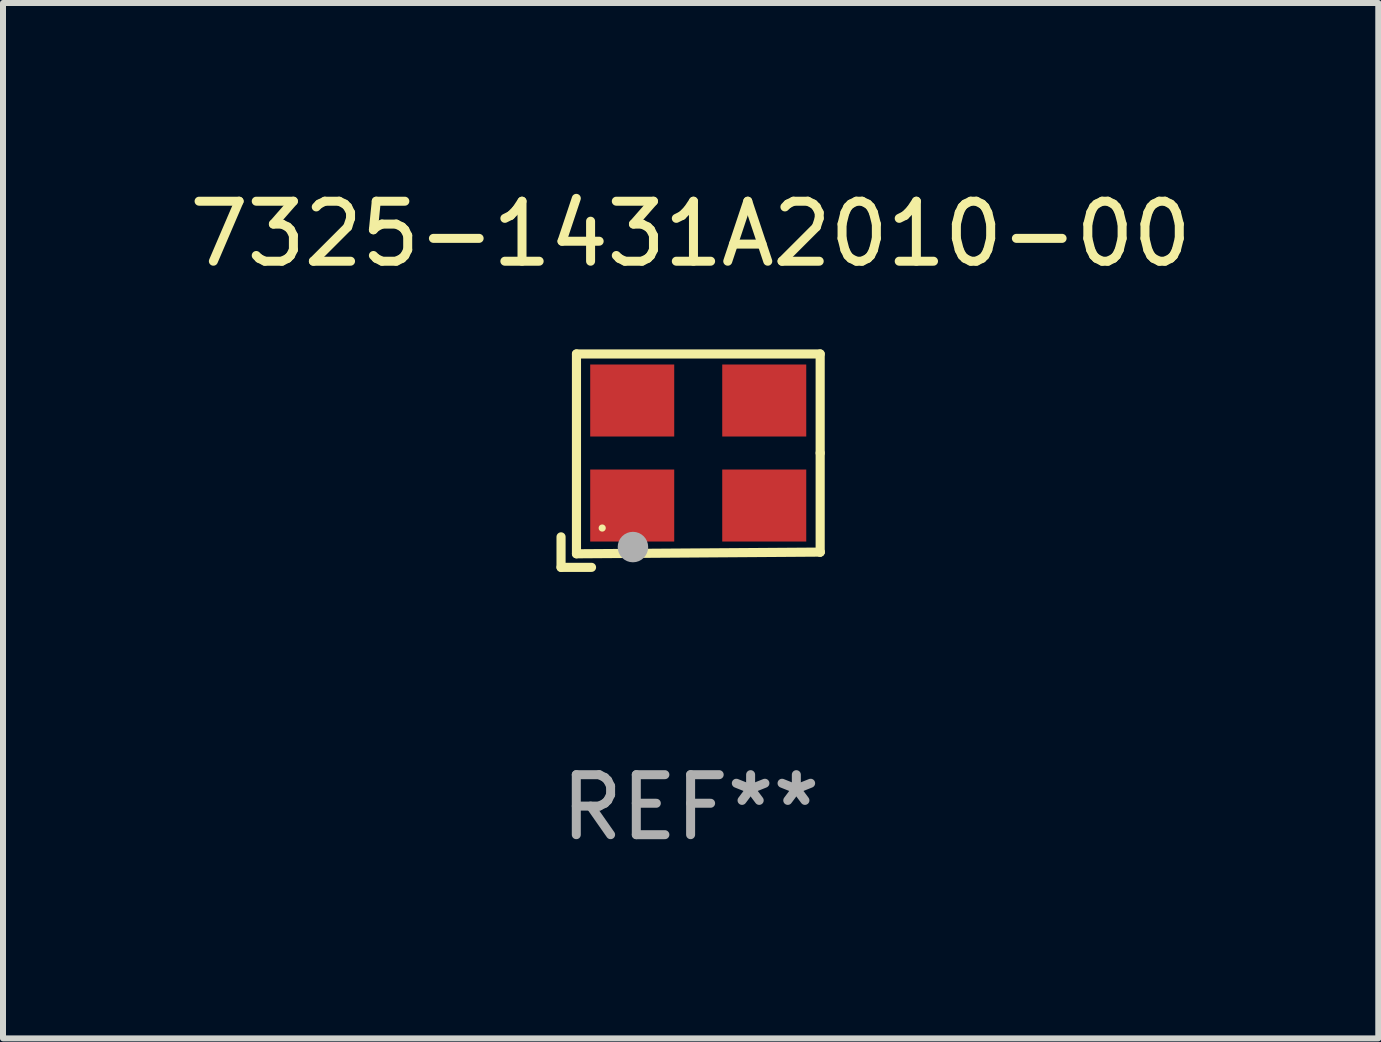
<source format=kicad_pcb>
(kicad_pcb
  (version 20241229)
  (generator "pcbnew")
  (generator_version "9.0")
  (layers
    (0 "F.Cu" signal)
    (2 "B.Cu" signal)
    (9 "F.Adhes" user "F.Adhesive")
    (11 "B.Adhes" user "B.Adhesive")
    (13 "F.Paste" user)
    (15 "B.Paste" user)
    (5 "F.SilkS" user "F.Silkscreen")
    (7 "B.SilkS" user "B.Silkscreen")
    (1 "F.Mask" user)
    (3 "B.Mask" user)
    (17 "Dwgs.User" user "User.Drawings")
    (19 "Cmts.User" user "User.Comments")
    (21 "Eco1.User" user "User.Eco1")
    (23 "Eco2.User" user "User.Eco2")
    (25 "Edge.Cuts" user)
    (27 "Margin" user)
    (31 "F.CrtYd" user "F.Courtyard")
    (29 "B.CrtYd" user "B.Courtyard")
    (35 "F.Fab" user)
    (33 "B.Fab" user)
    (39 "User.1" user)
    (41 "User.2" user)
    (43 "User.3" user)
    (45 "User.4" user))
  (footprint "7325-1431A2010-00"
    (layer "F.Cu")
    (at 8.458 4.626)
    (property "Reference" "7325-1431A2010-00" (at 0 -3.778 0) (layer "F.SilkS") (effects (font (size 1 1) (thickness 0.15))))
    (attr through_hole)
    (fp_line (start -2.159 1.27) (end -2.159 1.778) (stroke (width 0.152) (type solid)) (layer "F.SilkS"))
    (fp_line (start -2.159 1.778) (end -1.651 1.778) (stroke (width 0.152) (type solid)) (layer "F.SilkS"))
    (fp_line (start -1.902 -1.778) (end 2.159 -1.778) (stroke (width 0.152) (type solid)) (layer "F.SilkS"))
    (fp_line (start -1.902 1.552) (end -1.902 -1.778) (stroke (width 0.152) (type solid)) (layer "F.SilkS"))
    (fp_line (start 2.159 -1.778) (end 2.159 -0.127) (stroke (width 0.152) (type solid)) (layer "F.SilkS"))
    (fp_line (start 2.159 -0.127) (end 2.159 1.524) (stroke (width 0.152) (type solid)) (layer "F.SilkS"))
    (fp_line (start 2.159 1.524) (end -1.902 1.552) (stroke (width 0.152) (type solid)) (layer "F.SilkS"))
    (fp_line (start 2.159 1.524) (end 2.159 1.524) (stroke (width 0.152) (type solid)) (layer "F.SilkS"))
    (fp_circle (center -1.473 1.123) (end -1.443 1.123) (stroke (width 0.06) (type solid)) (fill no) (layer "F.SilkS"))
    (fp_circle (center -0.961 1.44) (end -0.834 1.44) (stroke (width 0.254) (type solid)) (fill no) (layer "F.Fab"))
    (fp_text user "REF**" (at 0 5.778 0) (layer "F.Fab") (effects (font (size 1 1) (thickness 0.15))))
    (pad "1" smd rect (at -0.973 0.748) (size 1.4 1.2) (layers "F.Cu" "F.Mask" "F.Paste"))
    (pad "2" smd rect (at 1.227 0.748) (size 1.4 1.2) (layers "F.Cu" "F.Mask" "F.Paste"))
    (pad "3" smd rect (at 1.227 -1.002) (size 1.4 1.2) (layers "F.Cu" "F.Mask" "F.Paste"))
    (pad "4" smd rect (at -0.973 -1.002) (size 1.4 1.2) (layers "F.Cu" "F.Mask" "F.Paste")))
  (gr_rect
    (start -3 -3)
    (end 19.917 14.253)
    (stroke (width 0.1) (type default))
    (fill no)
    (layer "Edge.Cuts")))
</source>
